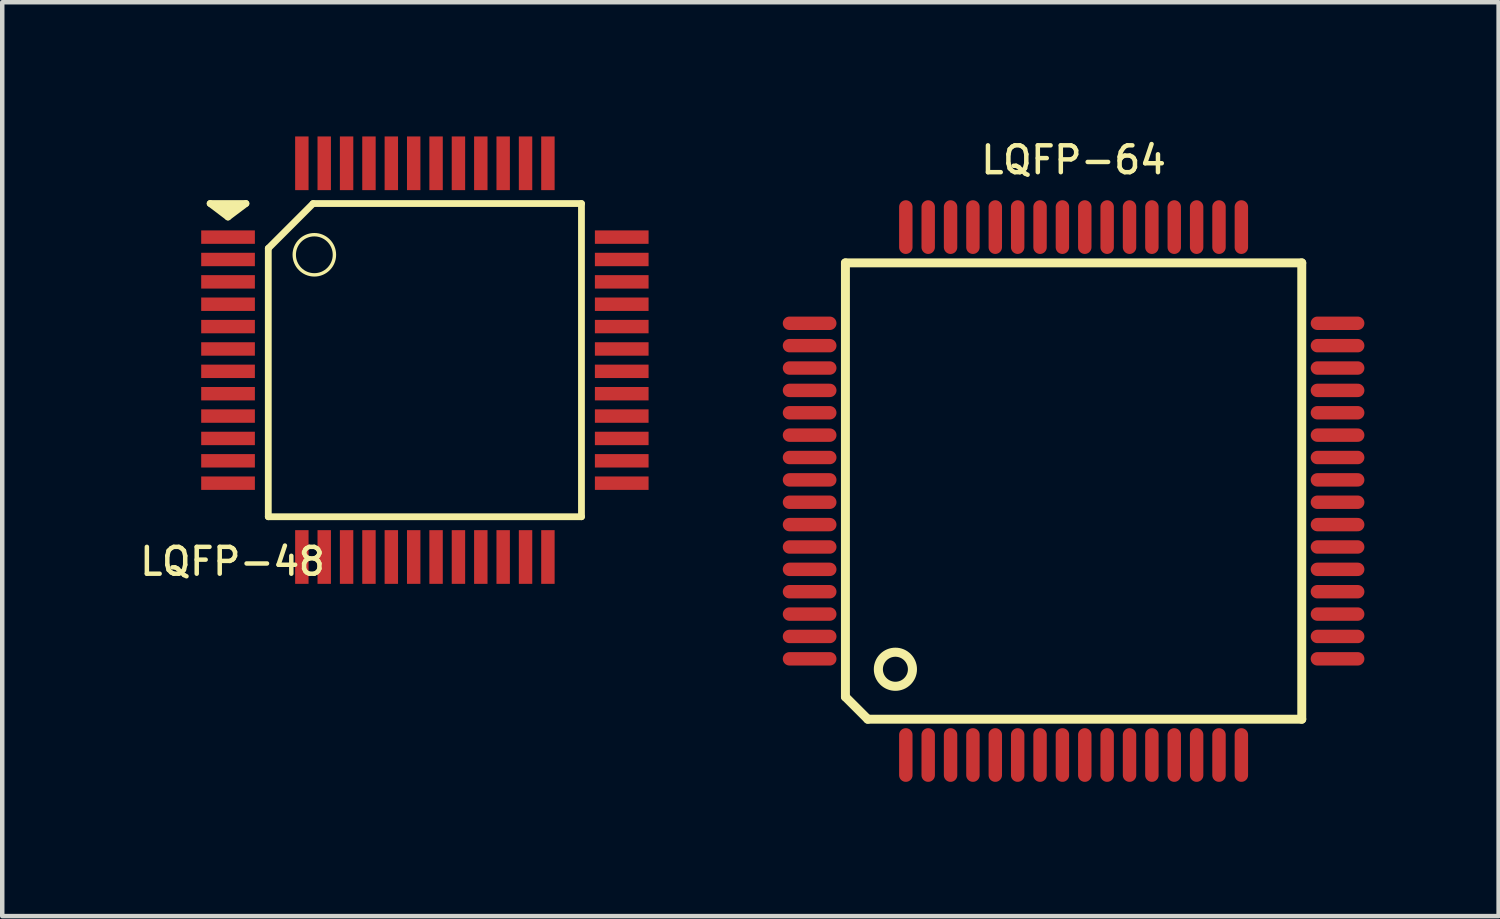
<source format=kicad_pcb>
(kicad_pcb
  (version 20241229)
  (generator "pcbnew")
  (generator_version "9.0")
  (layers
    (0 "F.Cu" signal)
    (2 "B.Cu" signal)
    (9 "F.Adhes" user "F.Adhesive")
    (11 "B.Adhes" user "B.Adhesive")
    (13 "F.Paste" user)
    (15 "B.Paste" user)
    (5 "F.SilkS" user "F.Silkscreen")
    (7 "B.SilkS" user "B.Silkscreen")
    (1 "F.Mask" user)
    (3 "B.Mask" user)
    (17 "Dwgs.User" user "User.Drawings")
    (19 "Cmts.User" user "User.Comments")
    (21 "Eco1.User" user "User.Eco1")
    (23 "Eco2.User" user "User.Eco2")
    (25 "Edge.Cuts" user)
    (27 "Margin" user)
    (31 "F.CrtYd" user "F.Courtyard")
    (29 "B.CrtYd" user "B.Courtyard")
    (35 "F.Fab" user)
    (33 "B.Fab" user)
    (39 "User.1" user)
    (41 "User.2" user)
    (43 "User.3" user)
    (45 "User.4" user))
  (footprint "LQFP-48"
    (layer "F.Cu")
    (at 6.447 5)
    (property "Reference" "LQFP-48" (at -4.3 4.501 0) (layer "F.SilkS") (effects (font (size 0.6 0.6) (thickness 0.1))))
    (attr smd)
    (fp_line (start -4.8 -3.501) (end -4.401 -3.199) (stroke (width 0.152) (type solid)) (layer "F.SilkS"))
    (fp_line (start -4.401 -3.199) (end -4 -3.501) (stroke (width 0.152) (type solid)) (layer "F.SilkS"))
    (fp_line (start -4.299 -3.3) (end -4.5 -3.3) (stroke (width 0.152) (type solid)) (layer "F.SilkS"))
    (fp_line (start -4.2 -3.399) (end -4.599 -3.399) (stroke (width 0.152) (type solid)) (layer "F.SilkS"))
    (fp_line (start -4 -3.501) (end -4.8 -3.501) (stroke (width 0.152) (type solid)) (layer "F.SilkS"))
    (fp_line (start -3.5 -2.499) (end -3.5 3.5) (stroke (width 0.152) (type solid)) (layer "F.SilkS"))
    (fp_line (start -3.5 -2.499) (end -2.499 -3.5) (stroke (width 0.152) (type solid)) (layer "F.SilkS"))
    (fp_line (start -3.5 3.5) (end 3.5 3.5) (stroke (width 0.152) (type solid)) (layer "F.SilkS"))
    (fp_line (start -2.499 -3.5) (end 3.5 -3.5) (stroke (width 0.152) (type solid)) (layer "F.SilkS"))
    (fp_line (start 3.5 -3.5) (end 3.5 3.5) (stroke (width 0.152) (type solid)) (layer "F.SilkS"))
    (fp_circle (center -2.471 -2.355) (end -2.789 -2.672) (stroke (width 0.076) (type solid)) (fill no) (layer "F.SilkS"))
    (pad "1" smd rect (at -4.4 -2.75) (size 1.2 0.3) (layers "F.Cu" "F.Mask" "F.Paste"))
    (pad "2" smd rect (at -4.4 -2.25) (size 1.2 0.3) (layers "F.Cu" "F.Mask" "F.Paste"))
    (pad "3" smd rect (at -4.4 -1.75) (size 1.2 0.3) (layers "F.Cu" "F.Mask" "F.Paste"))
    (pad "4" smd rect (at -4.4 -1.25) (size 1.2 0.3) (layers "F.Cu" "F.Mask" "F.Paste"))
    (pad "5" smd rect (at -4.4 -0.75) (size 1.2 0.3) (layers "F.Cu" "F.Mask" "F.Paste"))
    (pad "6" smd rect (at -4.4 -0.25) (size 1.2 0.3) (layers "F.Cu" "F.Mask" "F.Paste"))
    (pad "7" smd rect (at -4.4 0.25) (size 1.2 0.3) (layers "F.Cu" "F.Mask" "F.Paste"))
    (pad "8" smd rect (at -4.4 0.75) (size 1.2 0.3) (layers "F.Cu" "F.Mask" "F.Paste"))
    (pad "9" smd rect (at -4.4 1.25) (size 1.2 0.3) (layers "F.Cu" "F.Mask" "F.Paste"))
    (pad "10" smd rect (at -4.4 1.75) (size 1.2 0.3) (layers "F.Cu" "F.Mask" "F.Paste"))
    (pad "11" smd rect (at -4.4 2.25) (size 1.2 0.3) (layers "F.Cu" "F.Mask" "F.Paste"))
    (pad "12" smd rect (at -4.4 2.75) (size 1.2 0.3) (layers "F.Cu" "F.Mask" "F.Paste"))
    (pad "13" smd rect (at -2.75 4.4 270) (size 1.2 0.3) (layers "F.Cu" "F.Mask" "F.Paste"))
    (pad "14" smd rect (at -2.25 4.4 270) (size 1.2 0.3) (layers "F.Cu" "F.Mask" "F.Paste"))
    (pad "15" smd rect (at -1.75 4.4 270) (size 1.2 0.3) (layers "F.Cu" "F.Mask" "F.Paste"))
    (pad "16" smd rect (at -1.25 4.4 270) (size 1.2 0.3) (layers "F.Cu" "F.Mask" "F.Paste"))
    (pad "17" smd rect (at -0.75 4.4 270) (size 1.2 0.3) (layers "F.Cu" "F.Mask" "F.Paste"))
    (pad "18" smd rect (at -0.25 4.4 270) (size 1.2 0.3) (layers "F.Cu" "F.Mask" "F.Paste"))
    (pad "19" smd rect (at 0.25 4.4 270) (size 1.2 0.3) (layers "F.Cu" "F.Mask" "F.Paste"))
    (pad "20" smd rect (at 0.75 4.4 270) (size 1.2 0.3) (layers "F.Cu" "F.Mask" "F.Paste"))
    (pad "21" smd rect (at 1.25 4.4 270) (size 1.2 0.3) (layers "F.Cu" "F.Mask" "F.Paste"))
    (pad "22" smd rect (at 1.75 4.4 270) (size 1.2 0.3) (layers "F.Cu" "F.Mask" "F.Paste"))
    (pad "23" smd rect (at 2.25 4.4 270) (size 1.2 0.3) (layers "F.Cu" "F.Mask" "F.Paste"))
    (pad "24" smd rect (at 2.75 4.4 270) (size 1.2 0.3) (layers "F.Cu" "F.Mask" "F.Paste"))
    (pad "25" smd rect (at 4.4 2.75) (size 1.2 0.3) (layers "F.Cu" "F.Mask" "F.Paste"))
    (pad "26" smd rect (at 4.4 2.25) (size 1.2 0.3) (layers "F.Cu" "F.Mask" "F.Paste"))
    (pad "27" smd rect (at 4.4 1.75) (size 1.2 0.3) (layers "F.Cu" "F.Mask" "F.Paste"))
    (pad "28" smd rect (at 4.4 1.25) (size 1.2 0.3) (layers "F.Cu" "F.Mask" "F.Paste"))
    (pad "29" smd rect (at 4.4 0.75) (size 1.2 0.3) (layers "F.Cu" "F.Mask" "F.Paste"))
    (pad "30" smd rect (at 4.4 0.25) (size 1.2 0.3) (layers "F.Cu" "F.Mask" "F.Paste"))
    (pad "31" smd rect (at 4.4 -0.25) (size 1.2 0.3) (layers "F.Cu" "F.Mask" "F.Paste"))
    (pad "32" smd rect (at 4.4 -0.75) (size 1.2 0.3) (layers "F.Cu" "F.Mask" "F.Paste"))
    (pad "33" smd rect (at 4.4 -1.25) (size 1.2 0.3) (layers "F.Cu" "F.Mask" "F.Paste"))
    (pad "34" smd rect (at 4.4 -1.75) (size 1.2 0.3) (layers "F.Cu" "F.Mask" "F.Paste"))
    (pad "35" smd rect (at 4.4 -2.25) (size 1.2 0.3) (layers "F.Cu" "F.Mask" "F.Paste"))
    (pad "36" smd rect (at 4.4 -2.75) (size 1.2 0.3) (layers "F.Cu" "F.Mask" "F.Paste"))
    (pad "37" smd rect (at 2.75 -4.4 270) (size 1.2 0.3) (layers "F.Cu" "F.Mask" "F.Paste"))
    (pad "38" smd rect (at 2.25 -4.4 270) (size 1.2 0.3) (layers "F.Cu" "F.Mask" "F.Paste"))
    (pad "39" smd rect (at 1.75 -4.4 270) (size 1.2 0.3) (layers "F.Cu" "F.Mask" "F.Paste"))
    (pad "40" smd rect (at 1.25 -4.4 270) (size 1.2 0.3) (layers "F.Cu" "F.Mask" "F.Paste"))
    (pad "41" smd rect (at 0.75 -4.4 270) (size 1.2 0.3) (layers "F.Cu" "F.Mask" "F.Paste"))
    (pad "42" smd rect (at 0.25 -4.4 270) (size 1.2 0.3) (layers "F.Cu" "F.Mask" "F.Paste"))
    (pad "43" smd rect (at -0.25 -4.4 270) (size 1.2 0.3) (layers "F.Cu" "F.Mask" "F.Paste"))
    (pad "44" smd rect (at -0.75 -4.4 270) (size 1.2 0.3) (layers "F.Cu" "F.Mask" "F.Paste"))
    (pad "45" smd rect (at -1.25 -4.4 270) (size 1.2 0.3) (layers "F.Cu" "F.Mask" "F.Paste"))
    (pad "46" smd rect (at -1.75 -4.4 270) (size 1.2 0.3) (layers "F.Cu" "F.Mask" "F.Paste"))
    (pad "47" smd rect (at -2.25 -4.4 270) (size 1.2 0.3) (layers "F.Cu" "F.Mask" "F.Paste"))
    (pad "48" smd rect (at -2.75 -4.4 270) (size 1.2 0.3) (layers "F.Cu" "F.Mask" "F.Paste")))
  (footprint "LQFP-64"
    (layer "F.Cu")
    (at 20.947 7.926)
    (property "Reference" "LQFP-64" (at 0 -7.4 0) (layer "F.SilkS") (effects (font (size 0.6 0.6) (thickness 0.1))))
    (attr through_hole)
    (fp_line (start -5.1 -5.1) (end -5.1 4.6) (stroke (width 0.2) (type solid)) (layer "F.SilkS"))
    (fp_line (start -5.1 4.6) (end -4.6 5.1) (stroke (width 0.2) (type solid)) (layer "F.SilkS"))
    (fp_line (start -4.6 5.1) (end 5.1 5.1) (stroke (width 0.2) (type solid)) (layer "F.SilkS"))
    (fp_line (start 5.1 -5.1) (end -5.1 -5.1) (stroke (width 0.2) (type solid)) (layer "F.SilkS"))
    (fp_line (start 5.1 5.1) (end 5.1 -5.1) (stroke (width 0.2) (type solid)) (layer "F.SilkS"))
    (fp_circle (center -3.983 3.983) (end -3.983 3.602) (stroke (width 0.203) (type solid)) (fill no) (layer "F.SilkS"))
    (pad "1" smd oval (at -3.75 5.9) (size 0.3 1.2) (layers "F.Cu" "F.Mask" "F.Paste"))
    (pad "2" smd oval (at -3.25 5.9) (size 0.3 1.2) (layers "F.Cu" "F.Mask" "F.Paste"))
    (pad "3" smd oval (at -2.75 5.9) (size 0.3 1.2) (layers "F.Cu" "F.Mask" "F.Paste"))
    (pad "4" smd oval (at -2.25 5.9) (size 0.3 1.2) (layers "F.Cu" "F.Mask" "F.Paste"))
    (pad "5" smd oval (at -1.75 5.9) (size 0.3 1.2) (layers "F.Cu" "F.Mask" "F.Paste"))
    (pad "6" smd oval (at -1.25 5.9) (size 0.3 1.2) (layers "F.Cu" "F.Mask" "F.Paste"))
    (pad "7" smd oval (at -0.75 5.9) (size 0.3 1.2) (layers "F.Cu" "F.Mask" "F.Paste"))
    (pad "8" smd oval (at -0.25 5.9) (size 0.3 1.2) (layers "F.Cu" "F.Mask" "F.Paste"))
    (pad "9" smd oval (at 0.25 5.9) (size 0.3 1.2) (layers "F.Cu" "F.Mask" "F.Paste"))
    (pad "10" smd oval (at 0.75 5.9) (size 0.3 1.2) (layers "F.Cu" "F.Mask" "F.Paste"))
    (pad "11" smd oval (at 1.25 5.9) (size 0.3 1.2) (layers "F.Cu" "F.Mask" "F.Paste"))
    (pad "12" smd oval (at 1.75 5.9) (size 0.3 1.2) (layers "F.Cu" "F.Mask" "F.Paste"))
    (pad "13" smd oval (at 2.25 5.9) (size 0.3 1.2) (layers "F.Cu" "F.Mask" "F.Paste"))
    (pad "14" smd oval (at 2.75 5.9) (size 0.3 1.2) (layers "F.Cu" "F.Mask" "F.Paste"))
    (pad "15" smd oval (at 3.25 5.9) (size 0.3 1.2) (layers "F.Cu" "F.Mask" "F.Paste"))
    (pad "16" smd oval (at 3.75 5.9) (size 0.3 1.2) (layers "F.Cu" "F.Mask" "F.Paste"))
    (pad "17" smd oval (at 5.9 3.75 90) (size 0.3 1.2) (layers "F.Cu" "F.Mask" "F.Paste"))
    (pad "18" smd oval (at 5.9 3.25 90) (size 0.3 1.2) (layers "F.Cu" "F.Mask" "F.Paste"))
    (pad "19" smd oval (at 5.9 2.75 90) (size 0.3 1.2) (layers "F.Cu" "F.Mask" "F.Paste"))
    (pad "20" smd oval (at 5.9 2.25 90) (size 0.3 1.2) (layers "F.Cu" "F.Mask" "F.Paste"))
    (pad "21" smd oval (at 5.9 1.75 90) (size 0.3 1.2) (layers "F.Cu" "F.Mask" "F.Paste"))
    (pad "22" smd oval (at 5.9 1.25 90) (size 0.3 1.2) (layers "F.Cu" "F.Mask" "F.Paste"))
    (pad "23" smd oval (at 5.9 0.75 90) (size 0.3 1.2) (layers "F.Cu" "F.Mask" "F.Paste"))
    (pad "24" smd oval (at 5.9 0.25 90) (size 0.3 1.2) (layers "F.Cu" "F.Mask" "F.Paste"))
    (pad "25" smd oval (at 5.9 -0.25 90) (size 0.3 1.2) (layers "F.Cu" "F.Mask" "F.Paste"))
    (pad "26" smd oval (at 5.9 -0.75 90) (size 0.3 1.2) (layers "F.Cu" "F.Mask" "F.Paste"))
    (pad "27" smd oval (at 5.9 -1.25 90) (size 0.3 1.2) (layers "F.Cu" "F.Mask" "F.Paste"))
    (pad "28" smd oval (at 5.9 -1.75 90) (size 0.3 1.2) (layers "F.Cu" "F.Mask" "F.Paste"))
    (pad "29" smd oval (at 5.9 -2.25 90) (size 0.3 1.2) (layers "F.Cu" "F.Mask" "F.Paste"))
    (pad "30" smd oval (at 5.9 -2.75 90) (size 0.3 1.2) (layers "F.Cu" "F.Mask" "F.Paste"))
    (pad "31" smd oval (at 5.9 -3.25 90) (size 0.3 1.2) (layers "F.Cu" "F.Mask" "F.Paste"))
    (pad "32" smd oval (at 5.9 -3.75 90) (size 0.3 1.2) (layers "F.Cu" "F.Mask" "F.Paste"))
    (pad "33" smd oval (at 3.75 -5.9) (size 0.3 1.2) (layers "F.Cu" "F.Mask" "F.Paste"))
    (pad "34" smd oval (at 3.25 -5.9) (size 0.3 1.2) (layers "F.Cu" "F.Mask" "F.Paste"))
    (pad "35" smd oval (at 2.75 -5.9) (size 0.3 1.2) (layers "F.Cu" "F.Mask" "F.Paste"))
    (pad "36" smd oval (at 2.25 -5.9) (size 0.3 1.2) (layers "F.Cu" "F.Mask" "F.Paste"))
    (pad "37" smd oval (at 1.75 -5.9) (size 0.3 1.2) (layers "F.Cu" "F.Mask" "F.Paste"))
    (pad "38" smd oval (at 1.25 -5.9) (size 0.3 1.2) (layers "F.Cu" "F.Mask" "F.Paste"))
    (pad "39" smd oval (at 0.75 -5.9) (size 0.3 1.2) (layers "F.Cu" "F.Mask" "F.Paste"))
    (pad "40" smd oval (at 0.25 -5.9) (size 0.3 1.2) (layers "F.Cu" "F.Mask" "F.Paste"))
    (pad "41" smd oval (at -0.25 -5.9) (size 0.3 1.2) (layers "F.Cu" "F.Mask" "F.Paste"))
    (pad "42" smd oval (at -0.75 -5.9) (size 0.3 1.2) (layers "F.Cu" "F.Mask" "F.Paste"))
    (pad "43" smd oval (at -1.25 -5.9) (size 0.3 1.2) (layers "F.Cu" "F.Mask" "F.Paste"))
    (pad "44" smd oval (at -1.75 -5.9) (size 0.3 1.2) (layers "F.Cu" "F.Mask" "F.Paste"))
    (pad "45" smd oval (at -2.25 -5.9) (size 0.3 1.2) (layers "F.Cu" "F.Mask" "F.Paste"))
    (pad "46" smd oval (at -2.75 -5.9) (size 0.3 1.2) (layers "F.Cu" "F.Mask" "F.Paste"))
    (pad "47" smd oval (at -3.25 -5.9) (size 0.3 1.2) (layers "F.Cu" "F.Mask" "F.Paste"))
    (pad "48" smd oval (at -3.75 -5.9) (size 0.3 1.2) (layers "F.Cu" "F.Mask" "F.Paste"))
    (pad "49" smd oval (at -5.9 -3.75 90) (size 0.3 1.2) (layers "F.Cu" "F.Mask" "F.Paste"))
    (pad "50" smd oval (at -5.9 -3.25 90) (size 0.3 1.2) (layers "F.Cu" "F.Mask" "F.Paste"))
    (pad "51" smd oval (at -5.9 -2.75 90) (size 0.3 1.2) (layers "F.Cu" "F.Mask" "F.Paste"))
    (pad "52" smd oval (at -5.9 -2.25 90) (size 0.3 1.2) (layers "F.Cu" "F.Mask" "F.Paste"))
    (pad "53" smd oval (at -5.9 -1.75 90) (size 0.3 1.2) (layers "F.Cu" "F.Mask" "F.Paste"))
    (pad "54" smd oval (at -5.9 -1.25 90) (size 0.3 1.2) (layers "F.Cu" "F.Mask" "F.Paste"))
    (pad "55" smd oval (at -5.9 -0.75 90) (size 0.3 1.2) (layers "F.Cu" "F.Mask" "F.Paste"))
    (pad "56" smd oval (at -5.9 -0.25 90) (size 0.3 1.2) (layers "F.Cu" "F.Mask" "F.Paste"))
    (pad "57" smd oval (at -5.9 0.25 90) (size 0.3 1.2) (layers "F.Cu" "F.Mask" "F.Paste"))
    (pad "58" smd oval (at -5.9 0.75 90) (size 0.3 1.2) (layers "F.Cu" "F.Mask" "F.Paste"))
    (pad "59" smd oval (at -5.9 1.25 90) (size 0.3 1.2) (layers "F.Cu" "F.Mask" "F.Paste"))
    (pad "60" smd oval (at -5.9 1.75 90) (size 0.3 1.2) (layers "F.Cu" "F.Mask" "F.Paste"))
    (pad "61" smd oval (at -5.9 2.25 90) (size 0.3 1.2) (layers "F.Cu" "F.Mask" "F.Paste"))
    (pad "62" smd oval (at -5.9 2.75 90) (size 0.3 1.2) (layers "F.Cu" "F.Mask" "F.Paste"))
    (pad "63" smd oval (at -5.9 3.25 90) (size 0.3 1.2) (layers "F.Cu" "F.Mask" "F.Paste"))
    (pad "64" smd oval (at -5.9 3.75 90) (size 0.3 1.2) (layers "F.Cu" "F.Mask" "F.Paste")))
  (gr_rect
    (start -3 -3)
    (end 30.447 17.427)
    (stroke (width 0.1) (type default))
    (fill no)
    (layer "Edge.Cuts")))
</source>
